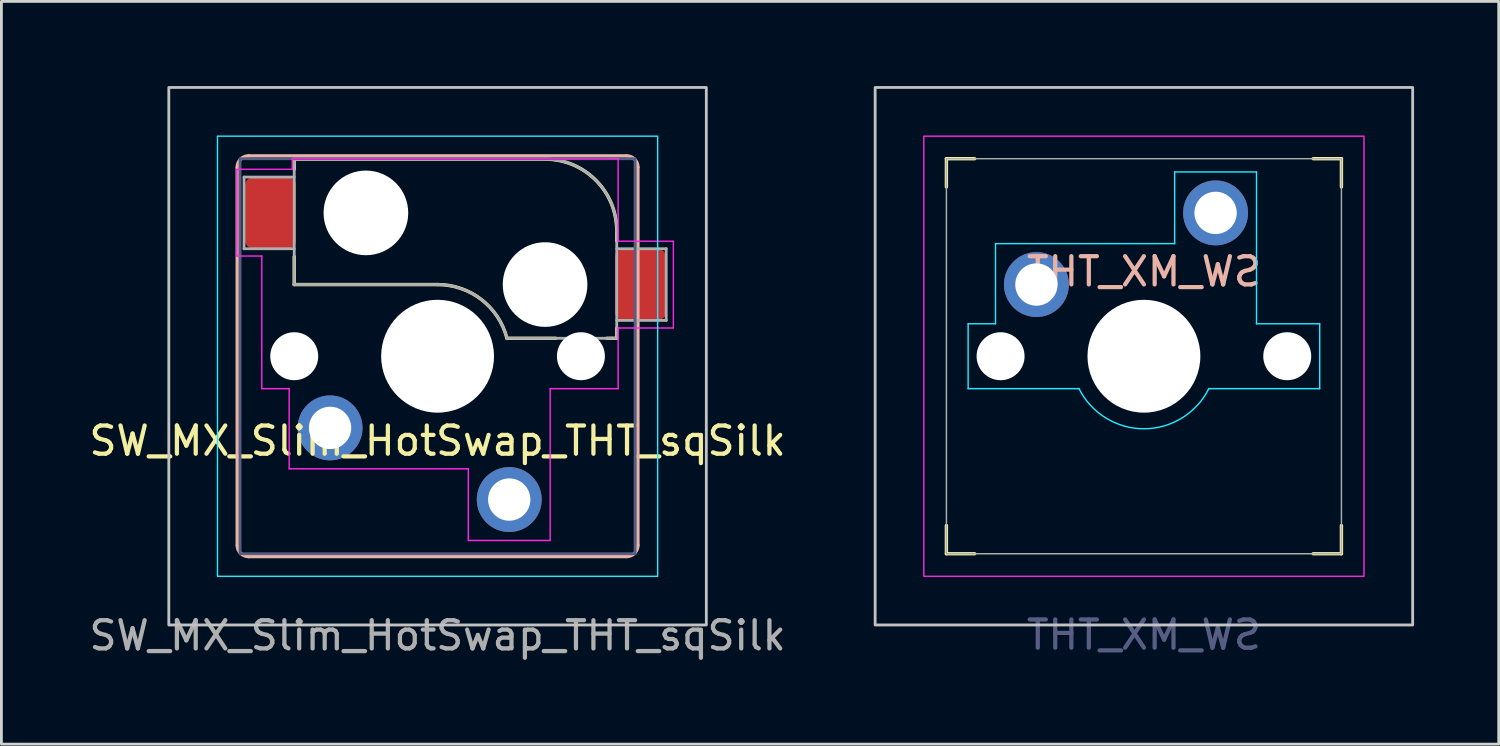
<source format=kicad_pcb>
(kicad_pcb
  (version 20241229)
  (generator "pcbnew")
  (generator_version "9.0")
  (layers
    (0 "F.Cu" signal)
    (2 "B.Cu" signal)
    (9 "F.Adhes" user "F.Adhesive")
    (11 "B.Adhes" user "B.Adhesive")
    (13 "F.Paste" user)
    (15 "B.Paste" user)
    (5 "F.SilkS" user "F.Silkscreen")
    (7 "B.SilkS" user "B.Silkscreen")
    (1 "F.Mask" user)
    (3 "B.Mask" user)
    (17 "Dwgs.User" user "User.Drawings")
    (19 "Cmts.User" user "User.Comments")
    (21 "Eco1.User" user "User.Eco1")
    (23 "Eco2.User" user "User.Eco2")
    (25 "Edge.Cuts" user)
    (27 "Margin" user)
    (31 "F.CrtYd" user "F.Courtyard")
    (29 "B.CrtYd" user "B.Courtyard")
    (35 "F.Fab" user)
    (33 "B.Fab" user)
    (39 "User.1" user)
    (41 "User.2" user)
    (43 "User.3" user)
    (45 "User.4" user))
  (footprint "SW_MX_Slim_HotSwap_THT_sqSilk"
    (layer "F.Cu")
    (at 12.458 9.575)
    (property "Reference" "SW_MX_Slim_HotSwap_THT_sqSilk" (at 0 3 180) (layer "F.SilkS") (effects (font (size 1 1) (thickness 0.15))))
    (attr smd)
    (fp_line (start -5.08 -6.985) (end -5.08 -6.63) (stroke (width 0.12) (type solid)) (layer "F.SilkS"))
    (fp_line (start -5.08 -2.54) (end -5.08 -3.53) (stroke (width 0.12) (type default)) (layer "F.SilkS"))
    (fp_line (start -5.08 -2.54) (end 0 -2.54) (stroke (width 0.12) (type solid)) (layer "F.SilkS"))
    (fp_line (start 2.464 -0.635) (end 4.191 -0.635) (stroke (width 0.12) (type solid)) (layer "F.SilkS"))
    (fp_line (start 3.81 -6.985) (end -5.08 -6.985) (stroke (width 0.12) (type solid)) (layer "F.SilkS"))
    (fp_line (start 6 -0.635) (end 6.35 -0.635) (stroke (width 0.12) (type solid)) (layer "F.SilkS"))
    (fp_line (start 6.35 -4.445) (end 6.35 -4.09) (stroke (width 0.12) (type solid)) (layer "F.SilkS"))
    (fp_line (start 6.35 -0.99) (end 6.35 -0.635) (stroke (width 0.12) (type solid)) (layer "F.SilkS"))
    (fp_arc (start 0 -2.54) (mid 1.555901 -2.007678) (end 2.459645 -0.633836) (stroke (width 0.12) (type default)) (layer "F.SilkS"))
    (fp_arc (start 3.81 -6.985) (mid 5.606051 -6.241051) (end 6.35 -4.445) (stroke (width 0.12) (type solid)) (layer "F.SilkS"))
    (fp_line (start -7.1 -6.7) (end -7.1 6.7) (stroke (width 0.12) (type default)) (layer "B.SilkS"))
    (fp_line (start -6.7 7.1) (end 6.7 7.1) (stroke (width 0.12) (type default)) (layer "B.SilkS"))
    (fp_line (start 6.7 -7.1) (end -6.7 -7.1) (stroke (width 0.12) (type default)) (layer "B.SilkS"))
    (fp_line (start 7.1 6.7) (end 7.1 -6.7) (stroke (width 0.12) (type default)) (layer "B.SilkS"))
    (fp_arc (start -7.1 -6.7) (mid -6.982843 -6.982843) (end -6.7 -7.1) (stroke (width 0.12) (type default)) (layer "B.SilkS"))
    (fp_arc (start -6.7 7.1) (mid -6.982843 6.982843) (end -7.1 6.7) (stroke (width 0.12) (type default)) (layer "B.SilkS"))
    (fp_arc (start 6.7 -7.1) (mid 6.982843 -6.982843) (end 7.1 -6.7) (stroke (width 0.12) (type default)) (layer "B.SilkS"))
    (fp_arc (start 7.1 6.7) (mid 6.982843 6.982843) (end 6.7 7.1) (stroke (width 0.12) (type default)) (layer "B.SilkS"))
    (fp_rect (start -9.525 -9.525) (end 9.525 9.525) (stroke (width 0.1) (type default)) (fill no) (layer "Dwgs.User"))
    (fp_rect (start -7.8 -7.8) (end 7.8 7.8) (stroke (width 0.05) (type default)) (fill no) (layer "B.CrtYd"))
    (fp_line (start -7.112 -6.625) (end -5.15 -6.625) (stroke (width 0.05) (type default)) (layer "F.CrtYd"))
    (fp_line (start -7.112 -3.55) (end -7.112 -6.625) (stroke (width 0.05) (type default)) (layer "F.CrtYd"))
    (fp_line (start -6.23 -3.55) (end -7.112 -3.55) (stroke (width 0.05) (type default)) (layer "F.CrtYd"))
    (fp_line (start -6.23 1.15) (end -5.26 1.15) (stroke (width 0.05) (type default)) (layer "F.CrtYd"))
    (fp_line (start -6.23 1.15) (end -6.23 -3.55) (stroke (width 0.05) (type default)) (layer "F.CrtYd"))
    (fp_line (start -5.26 1.15) (end -5.26 3.99) (stroke (width 0.05) (type default)) (layer "F.CrtYd"))
    (fp_line (start -5.26 3.99) (end 1.09 3.99) (stroke (width 0.05) (type default)) (layer "F.CrtYd"))
    (fp_line (start -5.15 -7) (end 6.4 -7) (stroke (width 0.05) (type default)) (layer "F.CrtYd"))
    (fp_line (start -5.15 -6.625) (end -5.15 -7) (stroke (width 0.05) (type default)) (layer "F.CrtYd"))
    (fp_line (start 1.09 3.99) (end 1.09 6.53) (stroke (width 0.05) (type default)) (layer "F.CrtYd"))
    (fp_line (start 1.09 6.53) (end 3.99 6.53) (stroke (width 0.05) (type default)) (layer "F.CrtYd"))
    (fp_line (start 3.99 1.15) (end 6.4 1.15) (stroke (width 0.05) (type default)) (layer "F.CrtYd"))
    (fp_line (start 3.99 6.53) (end 3.99 1.15) (stroke (width 0.05) (type default)) (layer "F.CrtYd"))
    (fp_line (start 6.4 -4.075) (end 6.4 -7) (stroke (width 0.05) (type default)) (layer "F.CrtYd"))
    (fp_line (start 6.4 -1) (end 8.357 -1) (stroke (width 0.05) (type default)) (layer "F.CrtYd"))
    (fp_line (start 6.4 1.15) (end 6.4 -1) (stroke (width 0.05) (type default)) (layer "F.CrtYd"))
    (fp_line (start 8.357 -4.075) (end 6.4 -4.075) (stroke (width 0.05) (type default)) (layer "F.CrtYd"))
    (fp_line (start 8.357 -1) (end 8.357 -4.075) (stroke (width 0.05) (type default)) (layer "F.CrtYd"))
    (fp_rect (start -7 -7) (end 7 7) (stroke (width 0.1) (type default)) (fill no) (layer "B.Fab"))
    (fp_line (start -6.858 -6.35) (end -6.858 -3.81) (stroke (width 0.1) (type solid)) (layer "F.Fab"))
    (fp_line (start -6.858 -3.81) (end -5.08 -3.81) (stroke (width 0.1) (type solid)) (layer "F.Fab"))
    (fp_line (start -5.08 -6.985) (end -5.08 -2.54) (stroke (width 0.1) (type solid)) (layer "F.Fab"))
    (fp_line (start -5.08 -6.35) (end -6.858 -6.35) (stroke (width 0.1) (type solid)) (layer "F.Fab"))
    (fp_line (start -5.08 -2.54) (end 0 -2.54) (stroke (width 0.1) (type solid)) (layer "F.Fab"))
    (fp_line (start 3.81 -6.985) (end -5.08 -6.985) (stroke (width 0.1) (type solid)) (layer "F.Fab"))
    (fp_line (start 6.35 -1.27) (end 8.103 -1.27) (stroke (width 0.1) (type solid)) (layer "F.Fab"))
    (fp_line (start 6.35 -0.635) (end 2.54 -0.635) (stroke (width 0.1) (type solid)) (layer "F.Fab"))
    (fp_line (start 6.35 -0.635) (end 6.35 -4.445) (stroke (width 0.1) (type solid)) (layer "F.Fab"))
    (fp_line (start 8.103 -3.81) (end 6.35 -3.81) (stroke (width 0.1) (type solid)) (layer "F.Fab"))
    (fp_line (start 8.103 -1.27) (end 8.103 -3.81) (stroke (width 0.1) (type solid)) (layer "F.Fab"))
    (fp_arc (start 0 -2.54) (mid 1.563147 -2.002042) (end 2.464162 -0.61604) (stroke (width 0.1) (type solid)) (layer "F.Fab"))
    (fp_arc (start 3.81 -6.985) (mid 5.606051 -6.241051) (end 6.35 -4.445) (stroke (width 0.1) (type solid)) (layer "F.Fab"))
    (fp_text user "${REFERENCE}" (at 0 9.9 0) (layer "F.Fab") (effects (font (size 1 1) (thickness 0.15))))
    (pad "" np_thru_hole circle (at -5.08 0 180) (size 1.7 1.7) (drill 1.7) (layers "*.Cu" "*.Mask"))
    (pad "" np_thru_hole circle (at -2.54 -5.08) (size 3 3) (drill 3) (layers "*.Cu" "*.Mask"))
    (pad "" np_thru_hole circle (at 0 -0.000001 180) (size 4 4) (drill 4) (layers "*.Cu" "*.Mask"))
    (pad "" np_thru_hole circle (at 3.81 -2.54) (size 3 3) (drill 3) (layers "*.Cu" "*.Mask"))
    (pad "" np_thru_hole circle (at 5.08 0 180) (size 1.7 1.7) (drill 1.7) (layers "*.Cu" "*.Mask"))
    (pad "1" thru_hole circle (at 2.54 5.08) (size 2.3 2.3) (drill 1.5) (layers "*.Cu" "*.Mask"))
    (pad "1" smd roundrect (at 7.188 -2.54) (size 1.8 2.5) (layers "F.Cu" "F.Mask" "F.Paste") (roundrect_rratio 0.139))
    (pad "2" smd roundrect (at -5.918 -5.08) (size 1.8 2.5) (layers "F.Cu" "F.Mask" "F.Paste") (roundrect_rratio 0.139))
    (pad "2" thru_hole circle (at -3.81 2.54) (size 2.3 2.3) (drill 1.5) (layers "*.Cu" "*.Mask")))
  (footprint "SW_MX_THT"
    (layer "F.Cu")
    (at 37.492 9.575)
    (property "Reference" "SW_MX_THT" (at 0 -3 0) (layer "B.SilkS") (effects (font (size 1 1) (thickness 0.15)) (justify mirror)))
    (attr through_hole)
    (fp_line (start -7 -7) (end -7 -6) (stroke (width 0.12) (type solid)) (layer "F.SilkS"))
    (fp_line (start -7 7) (end -7 6) (stroke (width 0.12) (type solid)) (layer "F.SilkS"))
    (fp_line (start -7 7) (end -6 7) (stroke (width 0.12) (type solid)) (layer "F.SilkS"))
    (fp_line (start -6 -7) (end -7 -7) (stroke (width 0.12) (type solid)) (layer "F.SilkS"))
    (fp_line (start 6 7) (end 7 7) (stroke (width 0.12) (type solid)) (layer "F.SilkS"))
    (fp_line (start 7 -7) (end 6 -7) (stroke (width 0.12) (type solid)) (layer "F.SilkS"))
    (fp_line (start 7 -6) (end 7 -7) (stroke (width 0.12) (type solid)) (layer "F.SilkS"))
    (fp_line (start 7 7) (end 7 6) (stroke (width 0.12) (type solid)) (layer "F.SilkS"))
    (fp_rect (start -9.525 -9.525) (end 9.525 9.525) (stroke (width 0.1) (type default)) (fill no) (layer "Dwgs.User"))
    (fp_line (start -6.23 -1.15) (end -6.23 1.15) (stroke (width 0.05) (type default)) (layer "B.CrtYd"))
    (fp_line (start -6.23 -1.15) (end -5.26 -1.15) (stroke (width 0.05) (type default)) (layer "B.CrtYd"))
    (fp_line (start -6.23 1.15) (end -2.3 1.15) (stroke (width 0.05) (type default)) (layer "B.CrtYd"))
    (fp_line (start -5.26 -3.99) (end 1.09 -3.99) (stroke (width 0.05) (type default)) (layer "B.CrtYd"))
    (fp_line (start -5.26 -1.15) (end -5.26 -3.99) (stroke (width 0.05) (type default)) (layer "B.CrtYd"))
    (fp_line (start 1.09 -6.53) (end 3.99 -6.53) (stroke (width 0.05) (type default)) (layer "B.CrtYd"))
    (fp_line (start 1.09 -3.99) (end 1.09 -6.53) (stroke (width 0.05) (type default)) (layer "B.CrtYd"))
    (fp_line (start 3.99 -6.53) (end 3.99 -1.15) (stroke (width 0.05) (type default)) (layer "B.CrtYd"))
    (fp_line (start 3.99 -1.15) (end 6.23 -1.15) (stroke (width 0.05) (type default)) (layer "B.CrtYd"))
    (fp_line (start 6.23 -1.15) (end 6.23 1.15) (stroke (width 0.05) (type default)) (layer "B.CrtYd"))
    (fp_line (start 6.23 1.15) (end 2.3 1.15) (stroke (width 0.05) (type default)) (layer "B.CrtYd"))
    (fp_arc (start 2.3 1.15) (mid 0 2.571478) (end -2.3 1.15) (stroke (width 0.05) (type default)) (layer "B.CrtYd"))
    (fp_rect (start -7.8 -7.8) (end 7.8 7.8) (stroke (width 0.05) (type default)) (fill no) (layer "F.CrtYd"))
    (fp_rect (start -7 -7) (end 7 7) (stroke (width 0.05) (type default)) (fill no) (layer "F.Fab"))
    (fp_text user "${REFERENCE}" (at 0 9.875 0) (layer "B.Fab") (effects (font (size 1 1) (thickness 0.15)) (justify mirror)))
    (pad "" np_thru_hole circle (at -5.08 0) (size 1.7 1.7) (drill 1.7) (layers "*.Cu" "*.Mask"))
    (pad "" np_thru_hole circle (at 0 0) (size 4 4) (drill 4) (layers "*.Cu" "*.Mask"))
    (pad "" np_thru_hole circle (at 5.08 0) (size 1.7 1.7) (drill 1.7) (layers "*.Cu" "*.Mask"))
    (pad "1" thru_hole circle (at 2.54 -5.08) (size 2.3 2.3) (drill 1.5) (layers "*.Cu" "*.Mask"))
    (pad "2" thru_hole circle (at -3.81 -2.54) (size 2.3 2.3) (drill 1.5) (layers "*.Cu" "*.Mask")))
  (gr_rect
    (start -3 -3)
    (end 50.067 23.323)
    (stroke (width 0.1) (type default))
    (fill no)
    (layer "Edge.Cuts")))
</source>
